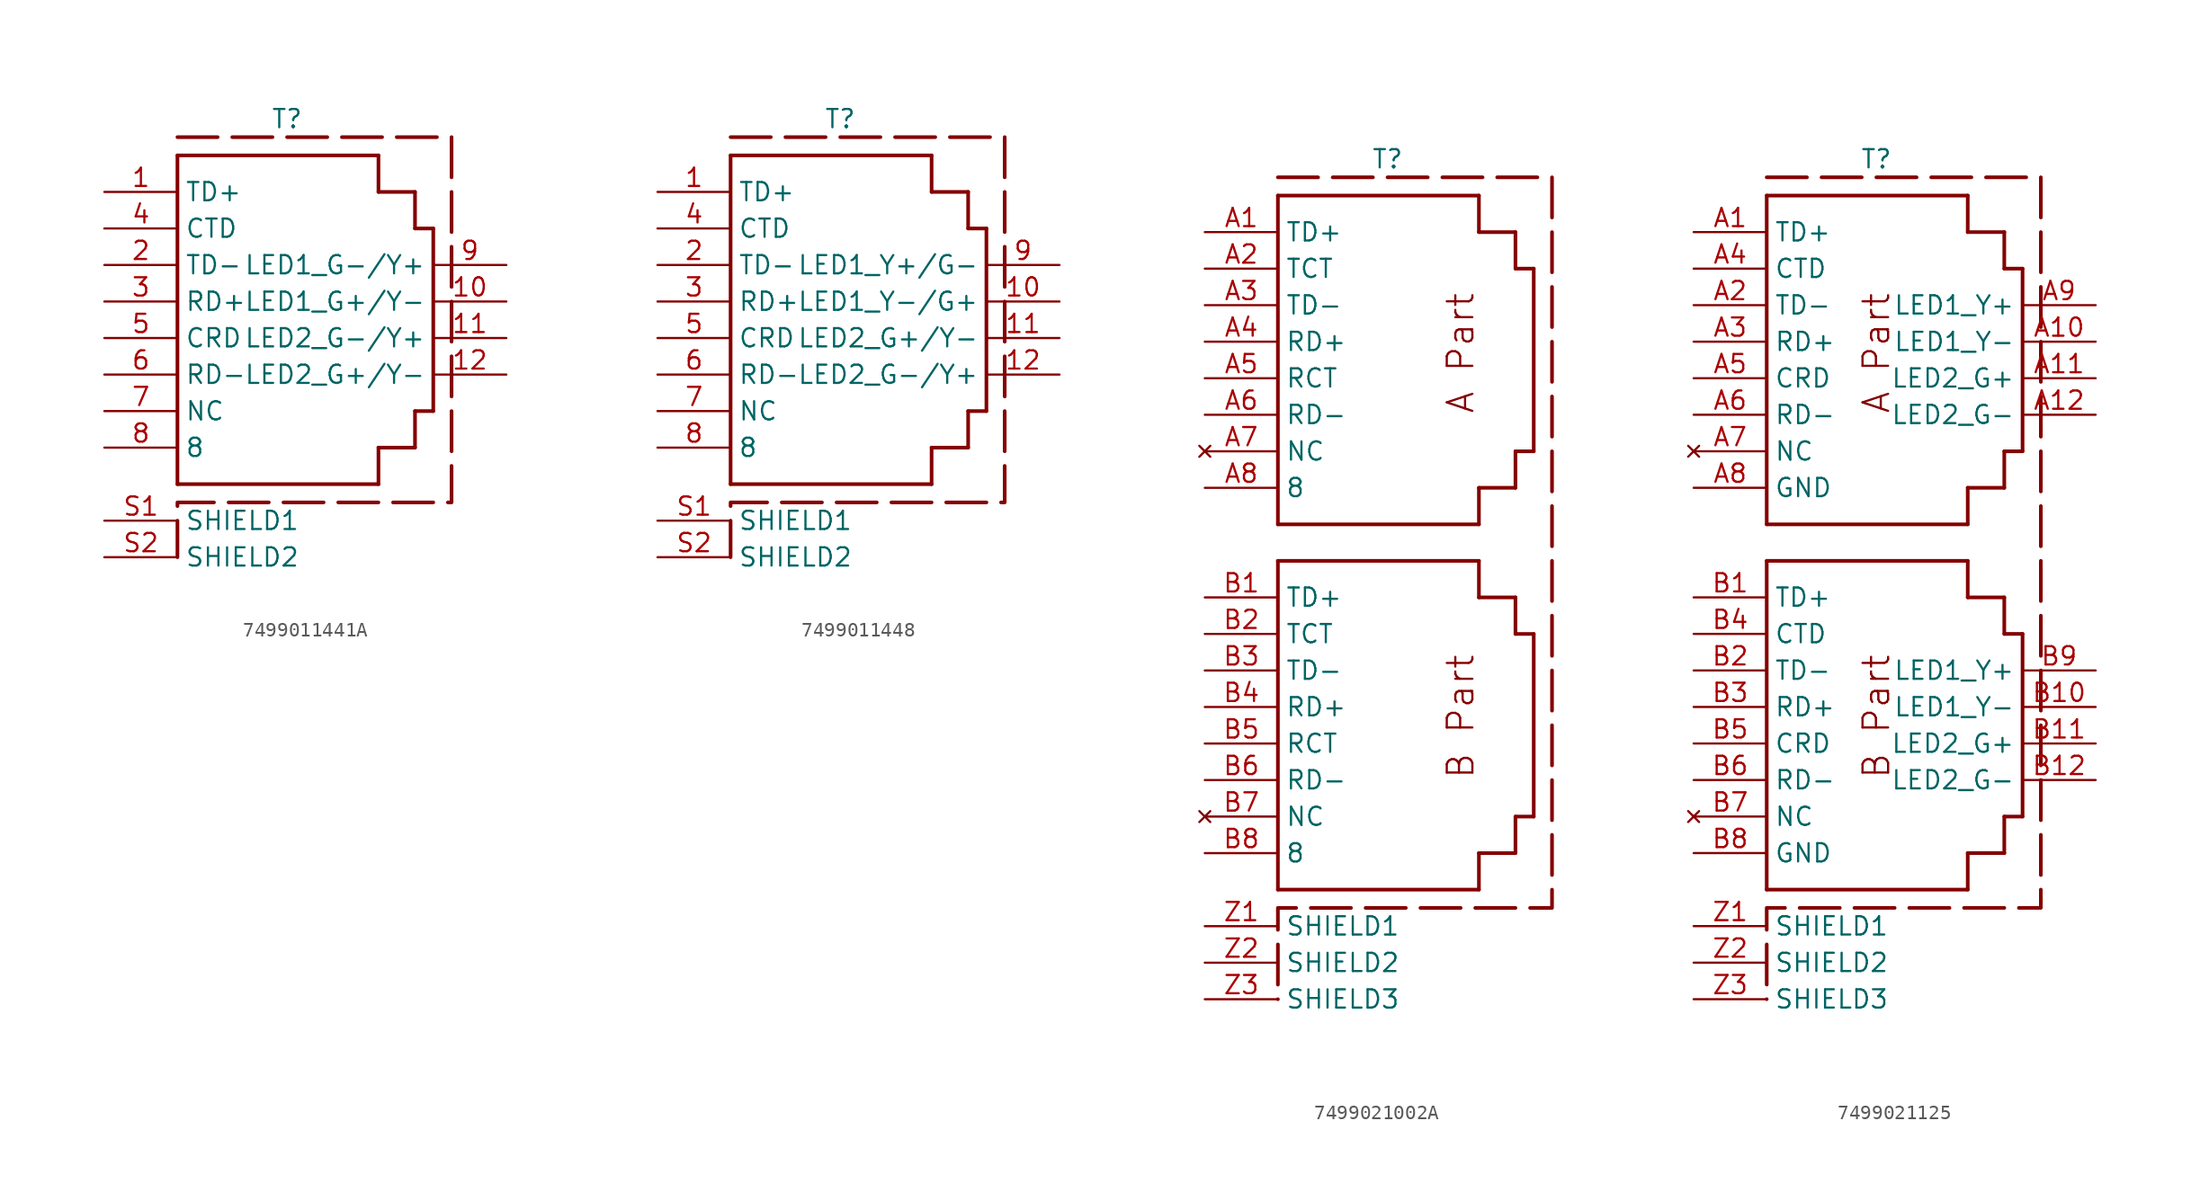
<source format=kicad_sym>
(kicad_symbol_lib
  (version 20220914)
  (generator kicad_symbol_editor)
  (symbol "7499011441A"
    (property "Reference" "T"
      (at 0 15.24 0)
      (effects (font (size 1.27 1.27))))
    (property "Critical Parameter" ""
      (at 0 -5.08 0)
      (effects (font (size 1.27 1.27)) (justify left)))
    (symbol "7499011441A_0_0"
      (polyline (pts (xy -7.62 -10.16) (xy -7.62 12.7)) (stroke (width 0.254) (type default)) (fill (type none)))
      (polyline (pts (xy -7.62 12.7) (xy 6.35 12.7)) (stroke (width 0.254) (type default)) (fill (type none)))
      (polyline (pts (xy 6.35 -10.16) (xy -7.62 -10.16)) (stroke (width 0.254) (type default)) (fill (type none)))
      (polyline (pts (xy 6.35 -10.16) (xy 6.35 -7.62)) (stroke (width 0.254) (type default)) (fill (type none)))
      (polyline (pts (xy 6.35 -7.62) (xy 8.89 -7.62)) (stroke (width 0.254) (type default)) (fill (type none)))
      (polyline (pts (xy 6.35 10.16) (xy 8.89 10.16)) (stroke (width 0.254) (type default)) (fill (type none)))
      (polyline (pts (xy 6.35 12.7) (xy 6.35 10.16)) (stroke (width 0.254) (type default)) (fill (type none)))
      (polyline (pts (xy 8.89 -7.62) (xy 8.89 -5.08)) (stroke (width 0.254) (type default)) (fill (type none)))
      (polyline (pts (xy 8.89 -5.08) (xy 10.16 -5.08)) (stroke (width 0.254) (type default)) (fill (type none)))
      (polyline (pts (xy 8.89 7.62) (xy 10.16 7.62)) (stroke (width 0.254) (type default)) (fill (type none)))
      (polyline (pts (xy 8.89 10.16) (xy 8.89 7.62)) (stroke (width 0.254) (type default)) (fill (type none)))
      (polyline (pts (xy 10.16 7.62) (xy 10.16 -5.08)) (stroke (width 0.254) (type default)) (fill (type none)))
      (pin passive line (at -12.7 10.16 0) (length 5.08) (name "TD+" (effects (font (size 1.27 1.27)))) (number "1" (effects (font (size 1.27 1.27)))))
      (pin passive line (at -12.7 5.08 0) (length 5.08) (name "TD-" (effects (font (size 1.27 1.27)))) (number "2" (effects (font (size 1.27 1.27)))))
      (pin passive line (at -12.7 2.54 0) (length 5.08) (name "RD+" (effects (font (size 1.27 1.27)))) (number "3" (effects (font (size 1.27 1.27)))))
      (pin passive line (at -12.7 7.62 0) (length 5.08) (name "CTD" (effects (font (size 1.27 1.27)))) (number "4" (effects (font (size 1.27 1.27)))))
      (pin passive line (at -12.7 0 0) (length 5.08) (name "CRD" (effects (font (size 1.27 1.27)))) (number "5" (effects (font (size 1.27 1.27)))))
      (pin passive line (at -12.7 -2.54 0) (length 5.08) (name "RD-" (effects (font (size 1.27 1.27)))) (number "6" (effects (font (size 1.27 1.27)))))
      (pin passive line (at -12.7 -5.08 0) (length 5.08) (name "NC" (effects (font (size 1.27 1.27)))) (number "7" (effects (font (size 1.27 1.27)))))
      (pin passive line (at -12.7 -7.62 0) (length 5.08) (name "8" (effects (font (size 1.27 1.27)))) (number "8" (effects (font (size 1.27 1.27)))))
      (pin passive line (at -12.7 -12.7 0) (length 5.08) (name "SHIELD1" (effects (font (size 1.27 1.27)))) (number "S1" (effects (font (size 1.27 1.27)))))
      (pin passive line (at -12.7 -15.24 0) (length 5.08) (name "SHIELD2" (effects (font (size 1.27 1.27)))) (number "S2" (effects (font (size 1.27 1.27))))))
    (symbol "7499011441A_1_0"
      (pin passive line (at 15.24 2.54 180) (length 5.08) (name "LED1_G+/Y-" (effects (font (size 1.27 1.27)))) (number "10" (effects (font (size 1.27 1.27)))))
      (pin passive line (at 15.24 0 180) (length 5.08) (name "LED2_G-/Y+" (effects (font (size 1.27 1.27)))) (number "11" (effects (font (size 1.27 1.27)))))
      (pin passive line (at 15.24 -2.54 180) (length 5.08) (name "LED2_G+/Y-" (effects (font (size 1.27 1.27)))) (number "12" (effects (font (size 1.27 1.27)))))
      (pin passive line (at 15.24 5.08 180) (length 5.08) (name "LED1_G-/Y+" (effects (font (size 1.27 1.27)))) (number "9" (effects (font (size 1.27 1.27))))))
    (symbol "7499011441A_1_1"
      (polyline (pts (xy -7.62 13.97) (xy 11.43 13.97) (xy 11.43 -11.43) (xy -7.62 -11.43) (xy -7.62 -15.24)) (stroke (width 0.254) (type dash)) (fill (type none)))))
  (symbol "7499011448"
    (property "Reference" "T"
      (at 0 15.24 0)
      (effects (font (size 1.27 1.27))))
    (property "Critical Parameter" ""
      (at 0 -5.08 0)
      (effects (font (size 1.27 1.27)) (justify left)))
    (symbol "7499011448_0_0"
      (polyline (pts (xy -7.62 -10.16) (xy -7.62 12.7)) (stroke (width 0.254) (type default)) (fill (type none)))
      (polyline (pts (xy -7.62 12.7) (xy 6.35 12.7)) (stroke (width 0.254) (type default)) (fill (type none)))
      (polyline (pts (xy 6.35 -10.16) (xy -7.62 -10.16)) (stroke (width 0.254) (type default)) (fill (type none)))
      (polyline (pts (xy 6.35 -10.16) (xy 6.35 -7.62)) (stroke (width 0.254) (type default)) (fill (type none)))
      (polyline (pts (xy 6.35 -7.62) (xy 8.89 -7.62)) (stroke (width 0.254) (type default)) (fill (type none)))
      (polyline (pts (xy 6.35 10.16) (xy 8.89 10.16)) (stroke (width 0.254) (type default)) (fill (type none)))
      (polyline (pts (xy 6.35 12.7) (xy 6.35 10.16)) (stroke (width 0.254) (type default)) (fill (type none)))
      (polyline (pts (xy 8.89 -7.62) (xy 8.89 -5.08)) (stroke (width 0.254) (type default)) (fill (type none)))
      (polyline (pts (xy 8.89 -5.08) (xy 10.16 -5.08)) (stroke (width 0.254) (type default)) (fill (type none)))
      (polyline (pts (xy 8.89 7.62) (xy 10.16 7.62)) (stroke (width 0.254) (type default)) (fill (type none)))
      (polyline (pts (xy 8.89 10.16) (xy 8.89 7.62)) (stroke (width 0.254) (type default)) (fill (type none)))
      (polyline (pts (xy 10.16 7.62) (xy 10.16 -5.08)) (stroke (width 0.254) (type default)) (fill (type none)))
      (pin passive line (at -12.7 10.16 0) (length 5.08) (name "TD+" (effects (font (size 1.27 1.27)))) (number "1" (effects (font (size 1.27 1.27)))))
      (pin passive line (at -12.7 5.08 0) (length 5.08) (name "TD-" (effects (font (size 1.27 1.27)))) (number "2" (effects (font (size 1.27 1.27)))))
      (pin passive line (at -12.7 2.54 0) (length 5.08) (name "RD+" (effects (font (size 1.27 1.27)))) (number "3" (effects (font (size 1.27 1.27)))))
      (pin passive line (at -12.7 7.62 0) (length 5.08) (name "CTD" (effects (font (size 1.27 1.27)))) (number "4" (effects (font (size 1.27 1.27)))))
      (pin passive line (at -12.7 0 0) (length 5.08) (name "CRD" (effects (font (size 1.27 1.27)))) (number "5" (effects (font (size 1.27 1.27)))))
      (pin passive line (at -12.7 -2.54 0) (length 5.08) (name "RD-" (effects (font (size 1.27 1.27)))) (number "6" (effects (font (size 1.27 1.27)))))
      (pin passive line (at -12.7 -5.08 0) (length 5.08) (name "NC" (effects (font (size 1.27 1.27)))) (number "7" (effects (font (size 1.27 1.27)))))
      (pin passive line (at -12.7 -7.62 0) (length 5.08) (name "8" (effects (font (size 1.27 1.27)))) (number "8" (effects (font (size 1.27 1.27)))))
      (pin passive line (at -12.7 -12.7 0) (length 5.08) (name "SHIELD1" (effects (font (size 1.27 1.27)))) (number "S1" (effects (font (size 1.27 1.27)))))
      (pin passive line (at -12.7 -15.24 0) (length 5.08) (name "SHIELD2" (effects (font (size 1.27 1.27)))) (number "S2" (effects (font (size 1.27 1.27))))))
    (symbol "7499011448_1_0"
      (pin passive line (at 15.24 2.54 180) (length 5.08) (name "LED1_Y-/G+" (effects (font (size 1.27 1.27)))) (number "10" (effects (font (size 1.27 1.27)))))
      (pin passive line (at 15.24 0 180) (length 5.08) (name "LED2_G+/Y-" (effects (font (size 1.27 1.27)))) (number "11" (effects (font (size 1.27 1.27)))))
      (pin passive line (at 15.24 -2.54 180) (length 5.08) (name "LED2_G-/Y+" (effects (font (size 1.27 1.27)))) (number "12" (effects (font (size 1.27 1.27)))))
      (pin passive line (at 15.24 5.08 180) (length 5.08) (name "LED1_Y+/G-" (effects (font (size 1.27 1.27)))) (number "9" (effects (font (size 1.27 1.27))))))
    (symbol "7499011448_1_1"
      (polyline (pts (xy -7.62 13.97) (xy 11.43 13.97) (xy 11.43 -11.43) (xy -7.62 -11.43) (xy -7.62 -15.24)) (stroke (width 0.254) (type dash)) (fill (type none)))))
  (symbol "7499021002A"
    (property "Reference" "T"
      (at 0 25.4 0)
      (effects (font (size 1.27 1.27))))
    (property "Critical Parameter" ""
      (at 0 -5.08 0)
      (effects (font (size 1.27 1.27)) (justify left)))
    (symbol "7499021002A_0_0"
      (polyline (pts (xy -7.62 -25.4) (xy -7.62 -2.54)) (stroke (width 0.254) (type default)) (fill (type none)))
      (polyline (pts (xy -7.62 -2.54) (xy 6.35 -2.54)) (stroke (width 0.254) (type default)) (fill (type none)))
      (polyline (pts (xy -7.62 0) (xy -7.62 22.86)) (stroke (width 0.254) (type default)) (fill (type none)))
      (polyline (pts (xy -7.62 22.86) (xy 6.35 22.86)) (stroke (width 0.254) (type default)) (fill (type none)))
      (polyline (pts (xy 6.35 -25.4) (xy -7.62 -25.4)) (stroke (width 0.254) (type default)) (fill (type none)))
      (polyline (pts (xy 6.35 -25.4) (xy 6.35 -22.86)) (stroke (width 0.254) (type default)) (fill (type none)))
      (polyline (pts (xy 6.35 -22.86) (xy 8.89 -22.86)) (stroke (width 0.254) (type default)) (fill (type none)))
      (polyline (pts (xy 6.35 -5.08) (xy 8.89 -5.08)) (stroke (width 0.254) (type default)) (fill (type none)))
      (polyline (pts (xy 6.35 -2.54) (xy 6.35 -5.08)) (stroke (width 0.254) (type default)) (fill (type none)))
      (polyline (pts (xy 6.35 0) (xy -7.62 0)) (stroke (width 0.254) (type default)) (fill (type none)))
      (polyline (pts (xy 6.35 0) (xy 6.35 2.54)) (stroke (width 0.254) (type default)) (fill (type none)))
      (polyline (pts (xy 6.35 2.54) (xy 8.89 2.54)) (stroke (width 0.254) (type default)) (fill (type none)))
      (polyline (pts (xy 6.35 20.32) (xy 8.89 20.32)) (stroke (width 0.254) (type default)) (fill (type none)))
      (polyline (pts (xy 6.35 22.86) (xy 6.35 20.32)) (stroke (width 0.254) (type default)) (fill (type none)))
      (polyline (pts (xy 8.89 -22.86) (xy 8.89 -20.32)) (stroke (width 0.254) (type default)) (fill (type none)))
      (polyline (pts (xy 8.89 -20.32) (xy 10.16 -20.32)) (stroke (width 0.254) (type default)) (fill (type none)))
      (polyline (pts (xy 8.89 -7.62) (xy 10.16 -7.62)) (stroke (width 0.254) (type default)) (fill (type none)))
      (polyline (pts (xy 8.89 -5.08) (xy 8.89 -7.62)) (stroke (width 0.254) (type default)) (fill (type none)))
      (polyline (pts (xy 8.89 2.54) (xy 8.89 5.08)) (stroke (width 0.254) (type default)) (fill (type none)))
      (polyline (pts (xy 8.89 5.08) (xy 10.16 5.08)) (stroke (width 0.254) (type default)) (fill (type none)))
      (polyline (pts (xy 8.89 17.78) (xy 10.16 17.78)) (stroke (width 0.254) (type default)) (fill (type none)))
      (polyline (pts (xy 8.89 20.32) (xy 8.89 17.78)) (stroke (width 0.254) (type default)) (fill (type none)))
      (polyline (pts (xy 10.16 -7.62) (xy 10.16 -20.32)) (stroke (width 0.254) (type default)) (fill (type none)))
      (polyline (pts (xy 10.16 17.78) (xy 10.16 5.08)) (stroke (width 0.254) (type default)) (fill (type none)))
      (text "A Part" (at 5.08 7.62 900) (effects (font (size 1.778 1.778)) (justify left)))
      (text "B Part" (at 5.08 -17.78 900) (effects (font (size 1.778 1.778)) (justify left)))
      (pin passive line (at -12.7 -27.94 0) (length 5.08) (name "SHIELD1" (effects (font (size 1.27 1.27)))) (number "Z1" (effects (font (size 1.27 1.27)))))
      (pin passive line (at -12.7 -30.48 0) (length 5.08) (name "SHIELD2" (effects (font (size 1.27 1.27)))) (number "Z2" (effects (font (size 1.27 1.27)))))
      (pin passive line (at -12.7 -33.02 0) (length 5.08) (name "SHIELD3" (effects (font (size 1.27 1.27)))) (number "Z3" (effects (font (size 1.27 1.27))))))
    (symbol "7499021002A_1_0"
      (pin passive line (at -12.7 20.32 0) (length 5.08) (name "TD+" (effects (font (size 1.27 1.27)))) (number "A1" (effects (font (size 1.27 1.27)))))
      (pin passive line (at -12.7 17.78 0) (length 5.08) (name "TCT" (effects (font (size 1.27 1.27)))) (number "A2" (effects (font (size 1.27 1.27)))))
      (pin passive line (at -12.7 15.24 0) (length 5.08) (name "TD-" (effects (font (size 1.27 1.27)))) (number "A3" (effects (font (size 1.27 1.27)))))
      (pin passive line (at -12.7 12.7 0) (length 5.08) (name "RD+" (effects (font (size 1.27 1.27)))) (number "A4" (effects (font (size 1.27 1.27)))))
      (pin passive line (at -12.7 10.16 0) (length 5.08) (name "RCT" (effects (font (size 1.27 1.27)))) (number "A5" (effects (font (size 1.27 1.27)))))
      (pin passive line (at -12.7 7.62 0) (length 5.08) (name "RD-" (effects (font (size 1.27 1.27)))) (number "A6" (effects (font (size 1.27 1.27)))))
      (pin no_connect line (at -12.7 5.08 0) (length 5.08) (name "NC" (effects (font (size 1.27 1.27)))) (number "A7" (effects (font (size 1.27 1.27)))))
      (pin passive line (at -12.7 2.54 0) (length 5.08) (name "8" (effects (font (size 1.27 1.27)))) (number "A8" (effects (font (size 1.27 1.27)))))
      (pin passive line (at -12.7 -5.08 0) (length 5.08) (name "TD+" (effects (font (size 1.27 1.27)))) (number "B1" (effects (font (size 1.27 1.27)))))
      (pin passive line (at -12.7 -7.62 0) (length 5.08) (name "TCT" (effects (font (size 1.27 1.27)))) (number "B2" (effects (font (size 1.27 1.27)))))
      (pin passive line (at -12.7 -10.16 0) (length 5.08) (name "TD-" (effects (font (size 1.27 1.27)))) (number "B3" (effects (font (size 1.27 1.27)))))
      (pin passive line (at -12.7 -12.7 0) (length 5.08) (name "RD+" (effects (font (size 1.27 1.27)))) (number "B4" (effects (font (size 1.27 1.27)))))
      (pin passive line (at -12.7 -15.24 0) (length 5.08) (name "RCT" (effects (font (size 1.27 1.27)))) (number "B5" (effects (font (size 1.27 1.27)))))
      (pin passive line (at -12.7 -17.78 0) (length 5.08) (name "RD-" (effects (font (size 1.27 1.27)))) (number "B6" (effects (font (size 1.27 1.27)))))
      (pin no_connect line (at -12.7 -20.32 0) (length 5.08) (name "NC" (effects (font (size 1.27 1.27)))) (number "B7" (effects (font (size 1.27 1.27)))))
      (pin passive line (at -12.7 -22.86 0) (length 5.08) (name "8" (effects (font (size 1.27 1.27)))) (number "B8" (effects (font (size 1.27 1.27))))))
    (symbol "7499021002A_1_1"
      (polyline (pts (xy -7.62 24.13) (xy 11.43 24.13) (xy 11.43 -26.67) (xy -7.62 -26.67) (xy -7.62 -33.02)) (stroke (width 0.254) (type dash)) (fill (type none)))))
  (symbol "7499021125"
    (property "Reference" "T"
      (at 0 25.4 0)
      (effects (font (size 1.27 1.27))))
    (property "Critical Parameter" ""
      (at 0 -5.08 0)
      (effects (font (size 1.27 1.27)) (justify left)))
    (symbol "7499021125_0_0"
      (polyline (pts (xy -7.62 -25.4) (xy -7.62 -2.54)) (stroke (width 0.254) (type default)) (fill (type none)))
      (polyline (pts (xy -7.62 -2.54) (xy 6.35 -2.54)) (stroke (width 0.254) (type default)) (fill (type none)))
      (polyline (pts (xy -7.62 0) (xy -7.62 22.86)) (stroke (width 0.254) (type default)) (fill (type none)))
      (polyline (pts (xy -7.62 22.86) (xy 6.35 22.86)) (stroke (width 0.254) (type default)) (fill (type none)))
      (polyline (pts (xy 6.35 -25.4) (xy -7.62 -25.4)) (stroke (width 0.254) (type default)) (fill (type none)))
      (polyline (pts (xy 6.35 -25.4) (xy 6.35 -22.86)) (stroke (width 0.254) (type default)) (fill (type none)))
      (polyline (pts (xy 6.35 -22.86) (xy 8.89 -22.86)) (stroke (width 0.254) (type default)) (fill (type none)))
      (polyline (pts (xy 6.35 -5.08) (xy 8.89 -5.08)) (stroke (width 0.254) (type default)) (fill (type none)))
      (polyline (pts (xy 6.35 -2.54) (xy 6.35 -5.08)) (stroke (width 0.254) (type default)) (fill (type none)))
      (polyline (pts (xy 6.35 0) (xy -7.62 0)) (stroke (width 0.254) (type default)) (fill (type none)))
      (polyline (pts (xy 6.35 0) (xy 6.35 2.54)) (stroke (width 0.254) (type default)) (fill (type none)))
      (polyline (pts (xy 6.35 2.54) (xy 8.89 2.54)) (stroke (width 0.254) (type default)) (fill (type none)))
      (polyline (pts (xy 6.35 20.32) (xy 8.89 20.32)) (stroke (width 0.254) (type default)) (fill (type none)))
      (polyline (pts (xy 6.35 22.86) (xy 6.35 20.32)) (stroke (width 0.254) (type default)) (fill (type none)))
      (polyline (pts (xy 8.89 -22.86) (xy 8.89 -20.32)) (stroke (width 0.254) (type default)) (fill (type none)))
      (polyline (pts (xy 8.89 -20.32) (xy 10.16 -20.32)) (stroke (width 0.254) (type default)) (fill (type none)))
      (polyline (pts (xy 8.89 -7.62) (xy 10.16 -7.62)) (stroke (width 0.254) (type default)) (fill (type none)))
      (polyline (pts (xy 8.89 -5.08) (xy 8.89 -7.62)) (stroke (width 0.254) (type default)) (fill (type none)))
      (polyline (pts (xy 8.89 2.54) (xy 8.89 5.08)) (stroke (width 0.254) (type default)) (fill (type none)))
      (polyline (pts (xy 8.89 5.08) (xy 10.16 5.08)) (stroke (width 0.254) (type default)) (fill (type none)))
      (polyline (pts (xy 8.89 17.78) (xy 10.16 17.78)) (stroke (width 0.254) (type default)) (fill (type none)))
      (polyline (pts (xy 8.89 20.32) (xy 8.89 17.78)) (stroke (width 0.254) (type default)) (fill (type none)))
      (polyline (pts (xy 10.16 -7.62) (xy 10.16 -20.32)) (stroke (width 0.254) (type default)) (fill (type none)))
      (polyline (pts (xy 10.16 17.78) (xy 10.16 5.08)) (stroke (width 0.254) (type default)) (fill (type none)))
      (text "A Part" (at 0 7.62 900) (effects (font (size 1.778 1.778)) (justify left)))
      (text "B Part" (at 0 -17.78 900) (effects (font (size 1.778 1.778)) (justify left)))
      (pin passive line (at -12.7 -27.94 0) (length 5.08) (name "SHIELD1" (effects (font (size 1.27 1.27)))) (number "Z1" (effects (font (size 1.27 1.27)))))
      (pin passive line (at -12.7 -30.48 0) (length 5.08) (name "SHIELD2" (effects (font (size 1.27 1.27)))) (number "Z2" (effects (font (size 1.27 1.27)))))
      (pin passive line (at -12.7 -33.02 0) (length 5.08) (name "SHIELD3" (effects (font (size 1.27 1.27)))) (number "Z3" (effects (font (size 1.27 1.27))))))
    (symbol "7499021125_1_0"
      (pin passive line (at -12.7 20.32 0) (length 5.08) (name "TD+" (effects (font (size 1.27 1.27)))) (number "A1" (effects (font (size 1.27 1.27)))))
      (pin passive line (at 15.24 12.7 180) (length 5.08) (name "LED1_Y-" (effects (font (size 1.27 1.27)))) (number "A10" (effects (font (size 1.27 1.27)))))
      (pin passive line (at 15.24 10.16 180) (length 5.08) (name "LED2_G+" (effects (font (size 1.27 1.27)))) (number "A11" (effects (font (size 1.27 1.27)))))
      (pin passive line (at 15.24 7.62 180) (length 5.08) (name "LED2_G-" (effects (font (size 1.27 1.27)))) (number "A12" (effects (font (size 1.27 1.27)))))
      (pin passive line (at -12.7 15.24 0) (length 5.08) (name "TD-" (effects (font (size 1.27 1.27)))) (number "A2" (effects (font (size 1.27 1.27)))))
      (pin passive line (at -12.7 12.7 0) (length 5.08) (name "RD+" (effects (font (size 1.27 1.27)))) (number "A3" (effects (font (size 1.27 1.27)))))
      (pin passive line (at -12.7 17.78 0) (length 5.08) (name "CTD" (effects (font (size 1.27 1.27)))) (number "A4" (effects (font (size 1.27 1.27)))))
      (pin passive line (at -12.7 10.16 0) (length 5.08) (name "CRD" (effects (font (size 1.27 1.27)))) (number "A5" (effects (font (size 1.27 1.27)))))
      (pin passive line (at -12.7 7.62 0) (length 5.08) (name "RD-" (effects (font (size 1.27 1.27)))) (number "A6" (effects (font (size 1.27 1.27)))))
      (pin no_connect line (at -12.7 5.08 0) (length 5.08) (name "NC" (effects (font (size 1.27 1.27)))) (number "A7" (effects (font (size 1.27 1.27)))))
      (pin passive line (at -12.7 2.54 0) (length 5.08) (name "GND" (effects (font (size 1.27 1.27)))) (number "A8" (effects (font (size 1.27 1.27)))))
      (pin passive line (at 15.24 15.24 180) (length 5.08) (name "LED1_Y+" (effects (font (size 1.27 1.27)))) (number "A9" (effects (font (size 1.27 1.27)))))
      (pin passive line (at -12.7 -5.08 0) (length 5.08) (name "TD+" (effects (font (size 1.27 1.27)))) (number "B1" (effects (font (size 1.27 1.27)))))
      (pin passive line (at 15.24 -12.7 180) (length 5.08) (name "LED1_Y-" (effects (font (size 1.27 1.27)))) (number "B10" (effects (font (size 1.27 1.27)))))
      (pin passive line (at 15.24 -15.24 180) (length 5.08) (name "LED2_G+" (effects (font (size 1.27 1.27)))) (number "B11" (effects (font (size 1.27 1.27)))))
      (pin passive line (at 15.24 -17.78 180) (length 5.08) (name "LED2_G-" (effects (font (size 1.27 1.27)))) (number "B12" (effects (font (size 1.27 1.27)))))
      (pin passive line (at -12.7 -10.16 0) (length 5.08) (name "TD-" (effects (font (size 1.27 1.27)))) (number "B2" (effects (font (size 1.27 1.27)))))
      (pin passive line (at -12.7 -12.7 0) (length 5.08) (name "RD+" (effects (font (size 1.27 1.27)))) (number "B3" (effects (font (size 1.27 1.27)))))
      (pin passive line (at -12.7 -7.62 0) (length 5.08) (name "CTD" (effects (font (size 1.27 1.27)))) (number "B4" (effects (font (size 1.27 1.27)))))
      (pin passive line (at -12.7 -15.24 0) (length 5.08) (name "CRD" (effects (font (size 1.27 1.27)))) (number "B5" (effects (font (size 1.27 1.27)))))
      (pin passive line (at -12.7 -17.78 0) (length 5.08) (name "RD-" (effects (font (size 1.27 1.27)))) (number "B6" (effects (font (size 1.27 1.27)))))
      (pin no_connect line (at -12.7 -20.32 0) (length 5.08) (name "NC" (effects (font (size 1.27 1.27)))) (number "B7" (effects (font (size 1.27 1.27)))))
      (pin passive line (at -12.7 -22.86 0) (length 5.08) (name "GND" (effects (font (size 1.27 1.27)))) (number "B8" (effects (font (size 1.27 1.27)))))
      (pin passive line (at 15.24 -10.16 180) (length 5.08) (name "LED1_Y+" (effects (font (size 1.27 1.27)))) (number "B9" (effects (font (size 1.27 1.27))))))
    (symbol "7499021125_1_1"
      (polyline (pts (xy -7.62 24.13) (xy 11.43 24.13) (xy 11.43 -26.67) (xy -7.62 -26.67) (xy -7.62 -33.02)) (stroke (width 0.254) (type dash)) (fill (type none))))))
</source>
